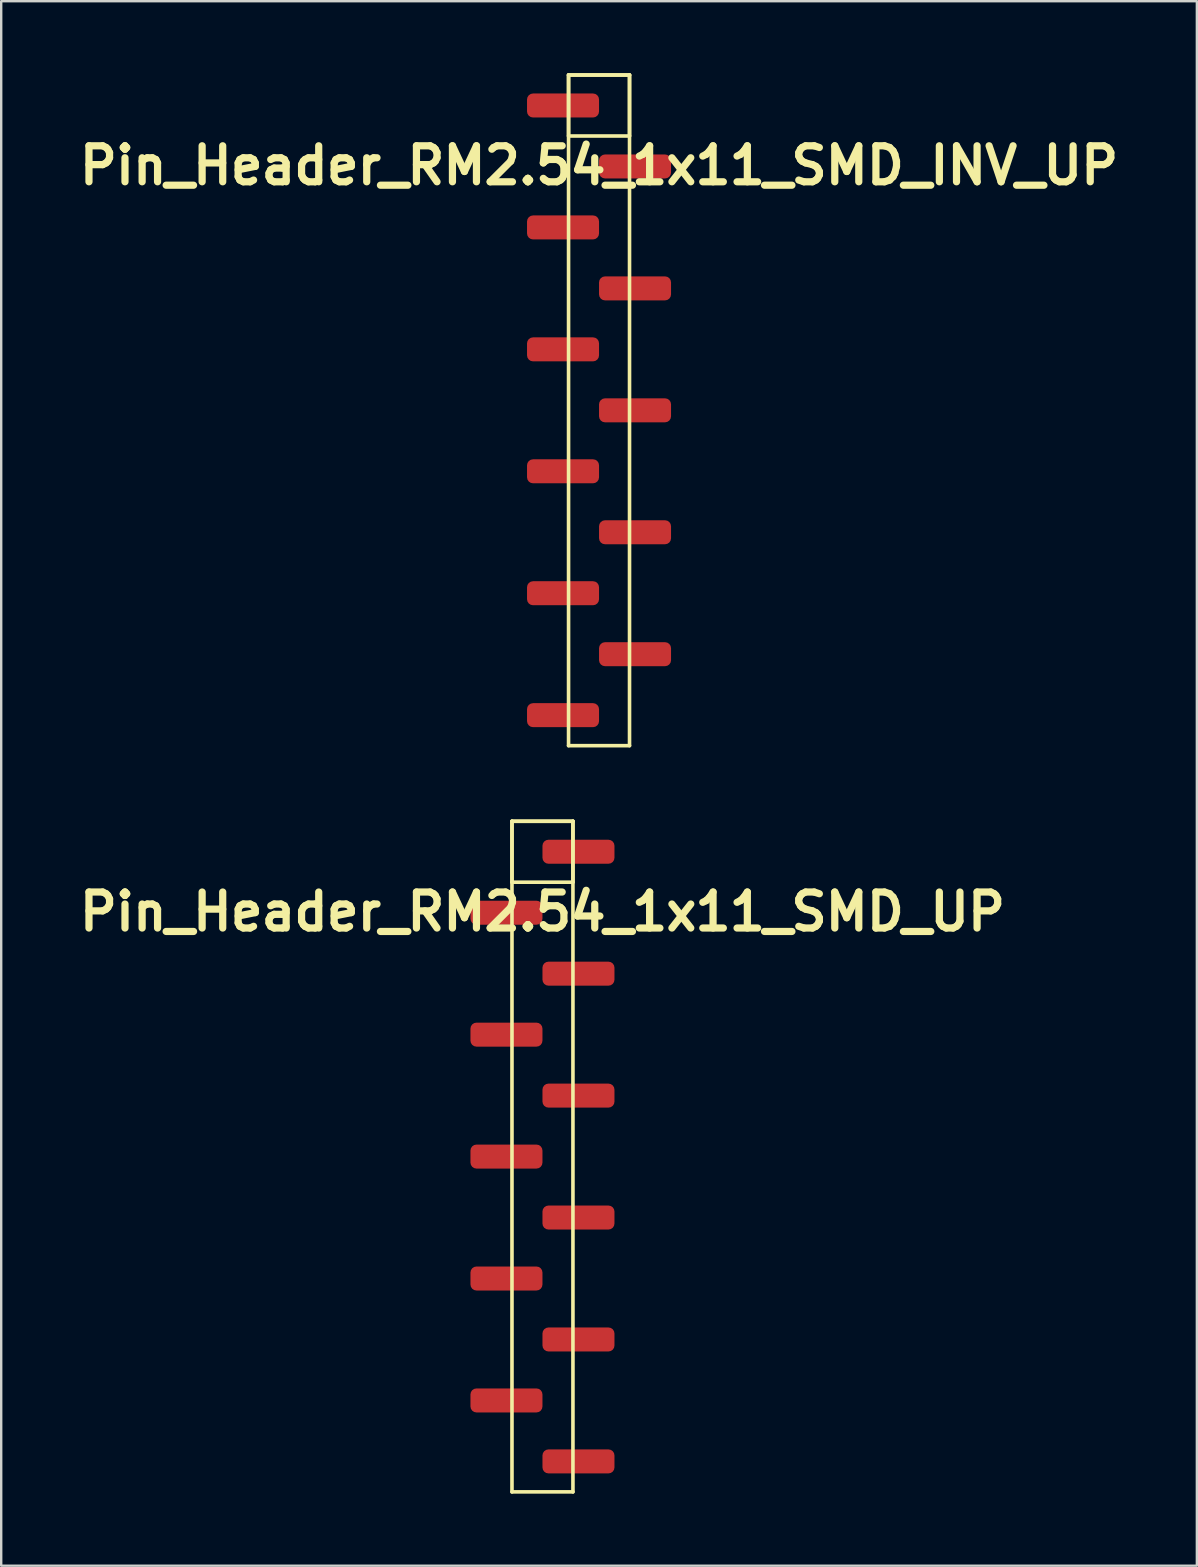
<source format=kicad_pcb>
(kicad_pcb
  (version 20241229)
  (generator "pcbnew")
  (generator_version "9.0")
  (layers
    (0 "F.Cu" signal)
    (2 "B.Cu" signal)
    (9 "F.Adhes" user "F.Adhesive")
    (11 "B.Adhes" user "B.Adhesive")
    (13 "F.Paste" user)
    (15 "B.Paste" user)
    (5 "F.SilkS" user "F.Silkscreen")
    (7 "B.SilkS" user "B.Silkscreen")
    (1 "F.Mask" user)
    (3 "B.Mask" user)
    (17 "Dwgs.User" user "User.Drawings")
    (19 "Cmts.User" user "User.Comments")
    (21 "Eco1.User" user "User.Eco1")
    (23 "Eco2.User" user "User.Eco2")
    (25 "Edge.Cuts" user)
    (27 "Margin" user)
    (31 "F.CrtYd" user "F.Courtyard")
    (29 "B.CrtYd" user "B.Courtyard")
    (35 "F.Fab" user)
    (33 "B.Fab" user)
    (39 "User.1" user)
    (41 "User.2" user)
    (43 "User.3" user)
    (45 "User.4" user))
  (footprint "Pin_Header_RM2.54_1x11_SMD_UP"
    (layer "F.Cu")
    (at 19.55 32.435)
    (property "Reference" "Pin_Header_RM2.54_1x11_SMD_UP" (at 0 2.5 0) (layer "F.SilkS") (effects (font (size 1.5 1.5) (thickness 0.3))))
    (attr through_hole)
    (fp_line (start -1.27 -1.27) (end 1.27 -1.27) (stroke (width 0.15) (type solid)) (layer "F.SilkS"))
    (fp_line (start -1.27 -1.27) (end 1.27 -1.27) (stroke (width 0.15) (type solid)) (layer "F.SilkS"))
    (fp_line (start -1.27 1.27) (end -1.27 -1.27) (stroke (width 0.15) (type solid)) (layer "F.SilkS"))
    (fp_line (start -1.27 26.67) (end -1.27 -1.27) (stroke (width 0.15) (type solid)) (layer "F.SilkS"))
    (fp_line (start 1.27 -1.27) (end 1.27 1.27) (stroke (width 0.15) (type solid)) (layer "F.SilkS"))
    (fp_line (start 1.27 -1.27) (end 1.27 26.67) (stroke (width 0.15) (type solid)) (layer "F.SilkS"))
    (fp_line (start 1.27 1.27) (end -1.27 1.27) (stroke (width 0.15) (type solid)) (layer "F.SilkS"))
    (fp_line (start 1.27 26.67) (end -1.27 26.67) (stroke (width 0.15) (type solid)) (layer "F.SilkS"))
    (pad "1" smd roundrect (at 1.5 0) (size 3 1) (layers "F.Cu" "F.Mask") (roundrect_rratio 0.25))
    (pad "2" smd roundrect (at -1.5 2.54) (size 3 1) (layers "F.Cu" "F.Mask") (roundrect_rratio 0.25))
    (pad "3" smd roundrect (at 1.5 5.08) (size 3 1) (layers "F.Cu" "F.Mask") (roundrect_rratio 0.25))
    (pad "4" smd roundrect (at -1.5 7.62) (size 3 1) (layers "F.Cu" "F.Mask") (roundrect_rratio 0.25))
    (pad "5" smd roundrect (at 1.5 10.16) (size 3 1) (layers "F.Cu" "F.Mask") (roundrect_rratio 0.25))
    (pad "6" smd roundrect (at -1.5 12.7) (size 3 1) (layers "F.Cu" "F.Mask") (roundrect_rratio 0.25))
    (pad "7" smd roundrect (at 1.5 15.24) (size 3 1) (layers "F.Cu" "F.Mask") (roundrect_rratio 0.25))
    (pad "8" smd roundrect (at -1.5 17.78) (size 3 1) (layers "F.Cu" "F.Mask") (roundrect_rratio 0.25))
    (pad "9" smd roundrect (at 1.5 20.32) (size 3 1) (layers "F.Cu" "F.Mask") (roundrect_rratio 0.25))
    (pad "10" smd roundrect (at -1.5 22.86) (size 3 1) (layers "F.Cu" "F.Mask") (roundrect_rratio 0.25))
    (pad "11" smd roundrect (at 1.5 25.4) (size 3 1) (layers "F.Cu" "F.Mask") (roundrect_rratio 0.25)))
  (footprint "Pin_Header_RM2.54_1x11_SMD_INV_UP"
    (layer "F.Cu")
    (at 21.907 1.345)
    (property "Reference" "Pin_Header_RM2.54_1x11_SMD_INV_UP" (at 0 2.5 0) (layer "F.SilkS") (effects (font (size 1.5 1.5) (thickness 0.3))))
    (attr through_hole)
    (fp_line (start -1.27 -1.27) (end 1.27 -1.27) (stroke (width 0.15) (type solid)) (layer "F.SilkS"))
    (fp_line (start -1.27 -1.27) (end 1.27 -1.27) (stroke (width 0.15) (type solid)) (layer "F.SilkS"))
    (fp_line (start -1.27 1.27) (end -1.27 -1.27) (stroke (width 0.15) (type solid)) (layer "F.SilkS"))
    (fp_line (start -1.27 26.67) (end -1.27 -1.27) (stroke (width 0.15) (type solid)) (layer "F.SilkS"))
    (fp_line (start 1.27 -1.27) (end 1.27 1.27) (stroke (width 0.15) (type solid)) (layer "F.SilkS"))
    (fp_line (start 1.27 -1.27) (end 1.27 26.67) (stroke (width 0.15) (type solid)) (layer "F.SilkS"))
    (fp_line (start 1.27 1.27) (end -1.27 1.27) (stroke (width 0.15) (type solid)) (layer "F.SilkS"))
    (fp_line (start 1.27 26.67) (end -1.27 26.67) (stroke (width 0.15) (type solid)) (layer "F.SilkS"))
    (pad "1" smd roundrect (at -1.5 0) (size 3 1) (layers "F.Cu" "F.Mask" "F.Paste") (roundrect_rratio 0.25))
    (pad "2" smd roundrect (at 1.5 2.54) (size 3 1) (layers "F.Cu" "F.Mask" "F.Paste") (roundrect_rratio 0.25))
    (pad "3" smd roundrect (at -1.5 5.08) (size 3 1) (layers "F.Cu" "F.Mask" "F.Paste") (roundrect_rratio 0.25))
    (pad "4" smd roundrect (at 1.5 7.62) (size 3 1) (layers "F.Cu" "F.Mask" "F.Paste") (roundrect_rratio 0.25))
    (pad "5" smd roundrect (at -1.5 10.16) (size 3 1) (layers "F.Cu" "F.Mask" "F.Paste") (roundrect_rratio 0.25))
    (pad "6" smd roundrect (at 1.5 12.7) (size 3 1) (layers "F.Cu" "F.Mask" "F.Paste") (roundrect_rratio 0.25))
    (pad "7" smd roundrect (at -1.5 15.24) (size 3 1) (layers "F.Cu" "F.Mask" "F.Paste") (roundrect_rratio 0.25))
    (pad "8" smd roundrect (at 1.5 17.78) (size 3 1) (layers "F.Cu" "F.Mask" "F.Paste") (roundrect_rratio 0.25))
    (pad "9" smd roundrect (at -1.5 20.32) (size 3 1) (layers "F.Cu" "F.Mask" "F.Paste") (roundrect_rratio 0.25))
    (pad "10" smd roundrect (at 1.5 22.86) (size 3 1) (layers "F.Cu" "F.Mask" "F.Paste") (roundrect_rratio 0.25))
    (pad "11" smd roundrect (at -1.5 25.4) (size 3 1) (layers "F.Cu" "F.Mask" "F.Paste") (roundrect_rratio 0.25)))
  (gr_rect
    (start -3 -3)
    (end 46.814 62.18)
    (stroke (width 0.1) (type default))
    (fill no)
    (layer "Edge.Cuts")))
</source>
